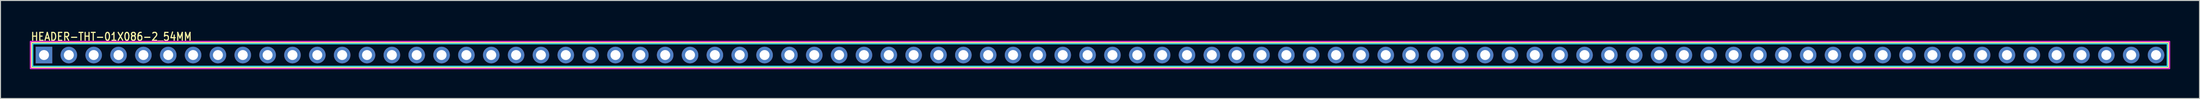
<source format=kicad_pcb>
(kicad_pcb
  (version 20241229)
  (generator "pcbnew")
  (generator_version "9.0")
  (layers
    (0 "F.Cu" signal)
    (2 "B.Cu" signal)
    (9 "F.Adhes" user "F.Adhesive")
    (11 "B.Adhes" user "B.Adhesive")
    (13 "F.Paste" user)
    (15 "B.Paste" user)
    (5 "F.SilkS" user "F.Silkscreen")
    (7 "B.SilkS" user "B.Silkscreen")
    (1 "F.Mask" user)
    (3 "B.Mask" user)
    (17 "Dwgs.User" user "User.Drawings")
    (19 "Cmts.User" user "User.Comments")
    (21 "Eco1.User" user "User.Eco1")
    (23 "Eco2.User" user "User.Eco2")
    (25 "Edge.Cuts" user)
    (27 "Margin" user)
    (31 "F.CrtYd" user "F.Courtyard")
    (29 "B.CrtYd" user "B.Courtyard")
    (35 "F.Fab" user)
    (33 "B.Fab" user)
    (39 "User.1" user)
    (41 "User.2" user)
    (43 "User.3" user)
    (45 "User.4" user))
  (footprint "HEADER-THT-01X086-2_54MM"
    (layer "F.Cu")
    (at 1.447 2.579)
    (property "Reference" "HEADER-THT-01X086-2_54MM" (at -1.4 -1.4 0) (unlocked yes) (layer "F.SilkS") (effects (font (size 0.813 0.695) (thickness 0.122)) (justify left bottom)))
    (fp_line (start -1.27 -1.27) (end -1.27 1.27) (stroke (width 0.127) (type solid)) (layer "F.SilkS"))
    (fp_line (start -1.27 1.27) (end 217.17 1.27) (stroke (width 0.127) (type solid)) (layer "F.SilkS"))
    (fp_line (start 217.17 -1.27) (end -1.27 -1.27) (stroke (width 0.127) (type solid)) (layer "F.SilkS"))
    (fp_line (start 217.17 1.27) (end 217.17 -1.27) (stroke (width 0.127) (type solid)) (layer "F.SilkS"))
    (fp_poly (pts (xy -1.143 -1.143) (xy 217.043 -1.143) (xy 217.043 1.143) (xy -1.143 1.143)) (stroke (width 0.1) (type solid)) (fill no) (layer "B.CrtYd"))
    (fp_poly (pts (xy -1.397 -1.397) (xy 217.297 -1.397) (xy 217.297 1.397) (xy -1.397 1.397)) (stroke (width 0.1) (type solid)) (fill no) (layer "F.CrtYd"))
    (pad "P$1" thru_hole rect (at 0 0) (size 1.693 1.693) (drill 1.016) (layers "*.Cu" "*.Mask"))
    (pad "P$2" thru_hole oval (at 2.54 0) (size 1.693 1.693) (drill 1.016) (layers "*.Cu" "*.Mask"))
    (pad "P$3" thru_hole oval (at 5.08 0) (size 1.693 1.693) (drill 1.016) (layers "*.Cu" "*.Mask"))
    (pad "P$4" thru_hole oval (at 7.62 0) (size 1.693 1.693) (drill 1.016) (layers "*.Cu" "*.Mask"))
    (pad "P$5" thru_hole oval (at 10.16 0) (size 1.693 1.693) (drill 1.016) (layers "*.Cu" "*.Mask"))
    (pad "P$6" thru_hole oval (at 12.7 0) (size 1.693 1.693) (drill 1.016) (layers "*.Cu" "*.Mask"))
    (pad "P$7" thru_hole oval (at 15.24 0) (size 1.693 1.693) (drill 1.016) (layers "*.Cu" "*.Mask"))
    (pad "P$8" thru_hole oval (at 17.78 0) (size 1.693 1.693) (drill 1.016) (layers "*.Cu" "*.Mask"))
    (pad "P$9" thru_hole oval (at 20.32 0) (size 1.693 1.693) (drill 1.016) (layers "*.Cu" "*.Mask"))
    (pad "P$10" thru_hole oval (at 22.86 0) (size 1.693 1.693) (drill 1.016) (layers "*.Cu" "*.Mask"))
    (pad "P$11" thru_hole oval (at 25.4 0) (size 1.693 1.693) (drill 1.016) (layers "*.Cu" "*.Mask"))
    (pad "P$12" thru_hole oval (at 27.94 0) (size 1.693 1.693) (drill 1.016) (layers "*.Cu" "*.Mask"))
    (pad "P$13" thru_hole oval (at 30.48 0) (size 1.693 1.693) (drill 1.016) (layers "*.Cu" "*.Mask"))
    (pad "P$14" thru_hole oval (at 33.02 0) (size 1.693 1.693) (drill 1.016) (layers "*.Cu" "*.Mask"))
    (pad "P$15" thru_hole oval (at 35.56 0) (size 1.693 1.693) (drill 1.016) (layers "*.Cu" "*.Mask"))
    (pad "P$16" thru_hole oval (at 38.1 0) (size 1.693 1.693) (drill 1.016) (layers "*.Cu" "*.Mask"))
    (pad "P$17" thru_hole oval (at 40.64 0) (size 1.693 1.693) (drill 1.016) (layers "*.Cu" "*.Mask"))
    (pad "P$18" thru_hole oval (at 43.18 0) (size 1.693 1.693) (drill 1.016) (layers "*.Cu" "*.Mask"))
    (pad "P$19" thru_hole oval (at 45.72 0) (size 1.693 1.693) (drill 1.016) (layers "*.Cu" "*.Mask"))
    (pad "P$20" thru_hole oval (at 48.26 0) (size 1.693 1.693) (drill 1.016) (layers "*.Cu" "*.Mask"))
    (pad "P$21" thru_hole oval (at 50.8 0) (size 1.693 1.693) (drill 1.016) (layers "*.Cu" "*.Mask"))
    (pad "P$22" thru_hole oval (at 53.34 0) (size 1.693 1.693) (drill 1.016) (layers "*.Cu" "*.Mask"))
    (pad "P$23" thru_hole oval (at 55.88 0) (size 1.693 1.693) (drill 1.016) (layers "*.Cu" "*.Mask"))
    (pad "P$24" thru_hole oval (at 58.42 0) (size 1.693 1.693) (drill 1.016) (layers "*.Cu" "*.Mask"))
    (pad "P$25" thru_hole oval (at 60.96 0) (size 1.693 1.693) (drill 1.016) (layers "*.Cu" "*.Mask"))
    (pad "P$26" thru_hole oval (at 63.5 0) (size 1.693 1.693) (drill 1.016) (layers "*.Cu" "*.Mask"))
    (pad "P$27" thru_hole oval (at 66.04 0) (size 1.693 1.693) (drill 1.016) (layers "*.Cu" "*.Mask"))
    (pad "P$28" thru_hole oval (at 68.58 0) (size 1.693 1.693) (drill 1.016) (layers "*.Cu" "*.Mask"))
    (pad "P$29" thru_hole oval (at 71.12 0) (size 1.693 1.693) (drill 1.016) (layers "*.Cu" "*.Mask"))
    (pad "P$30" thru_hole oval (at 73.66 0) (size 1.693 1.693) (drill 1.016) (layers "*.Cu" "*.Mask"))
    (pad "P$31" thru_hole oval (at 76.2 0) (size 1.693 1.693) (drill 1.016) (layers "*.Cu" "*.Mask"))
    (pad "P$32" thru_hole oval (at 78.74 0) (size 1.693 1.693) (drill 1.016) (layers "*.Cu" "*.Mask"))
    (pad "P$33" thru_hole oval (at 81.28 0) (size 1.693 1.693) (drill 1.016) (layers "*.Cu" "*.Mask"))
    (pad "P$34" thru_hole oval (at 83.82 0) (size 1.693 1.693) (drill 1.016) (layers "*.Cu" "*.Mask"))
    (pad "P$35" thru_hole oval (at 86.36 0) (size 1.693 1.693) (drill 1.016) (layers "*.Cu" "*.Mask"))
    (pad "P$36" thru_hole oval (at 88.9 0) (size 1.693 1.693) (drill 1.016) (layers "*.Cu" "*.Mask"))
    (pad "P$37" thru_hole oval (at 91.44 0) (size 1.693 1.693) (drill 1.016) (layers "*.Cu" "*.Mask"))
    (pad "P$38" thru_hole oval (at 93.98 0) (size 1.693 1.693) (drill 1.016) (layers "*.Cu" "*.Mask"))
    (pad "P$39" thru_hole oval (at 96.52 0) (size 1.693 1.693) (drill 1.016) (layers "*.Cu" "*.Mask"))
    (pad "P$40" thru_hole oval (at 99.06 0) (size 1.693 1.693) (drill 1.016) (layers "*.Cu" "*.Mask"))
    (pad "P$41" thru_hole oval (at 101.6 0) (size 1.693 1.693) (drill 1.016) (layers "*.Cu" "*.Mask"))
    (pad "P$42" thru_hole oval (at 104.14 0) (size 1.693 1.693) (drill 1.016) (layers "*.Cu" "*.Mask"))
    (pad "P$43" thru_hole oval (at 106.68 0) (size 1.693 1.693) (drill 1.016) (layers "*.Cu" "*.Mask"))
    (pad "P$44" thru_hole oval (at 109.22 0) (size 1.693 1.693) (drill 1.016) (layers "*.Cu" "*.Mask"))
    (pad "P$45" thru_hole oval (at 111.76 0) (size 1.693 1.693) (drill 1.016) (layers "*.Cu" "*.Mask"))
    (pad "P$46" thru_hole oval (at 114.3 0) (size 1.693 1.693) (drill 1.016) (layers "*.Cu" "*.Mask"))
    (pad "P$47" thru_hole oval (at 116.84 0) (size 1.693 1.693) (drill 1.016) (layers "*.Cu" "*.Mask"))
    (pad "P$48" thru_hole oval (at 119.38 0) (size 1.693 1.693) (drill 1.016) (layers "*.Cu" "*.Mask"))
    (pad "P$49" thru_hole oval (at 121.92 0) (size 1.693 1.693) (drill 1.016) (layers "*.Cu" "*.Mask"))
    (pad "P$50" thru_hole oval (at 124.46 0) (size 1.693 1.693) (drill 1.016) (layers "*.Cu" "*.Mask"))
    (pad "P$51" thru_hole oval (at 127 0) (size 1.693 1.693) (drill 1.016) (layers "*.Cu" "*.Mask"))
    (pad "P$52" thru_hole oval (at 129.54 0) (size 1.693 1.693) (drill 1.016) (layers "*.Cu" "*.Mask"))
    (pad "P$53" thru_hole oval (at 132.08 0) (size 1.693 1.693) (drill 1.016) (layers "*.Cu" "*.Mask"))
    (pad "P$54" thru_hole oval (at 134.62 0) (size 1.693 1.693) (drill 1.016) (layers "*.Cu" "*.Mask"))
    (pad "P$55" thru_hole oval (at 137.16 0) (size 1.693 1.693) (drill 1.016) (layers "*.Cu" "*.Mask"))
    (pad "P$56" thru_hole oval (at 139.7 0) (size 1.693 1.693) (drill 1.016) (layers "*.Cu" "*.Mask"))
    (pad "P$57" thru_hole oval (at 142.24 0) (size 1.693 1.693) (drill 1.016) (layers "*.Cu" "*.Mask"))
    (pad "P$58" thru_hole oval (at 144.78 0) (size 1.693 1.693) (drill 1.016) (layers "*.Cu" "*.Mask"))
    (pad "P$59" thru_hole oval (at 147.32 0) (size 1.693 1.693) (drill 1.016) (layers "*.Cu" "*.Mask"))
    (pad "P$60" thru_hole oval (at 149.86 0) (size 1.693 1.693) (drill 1.016) (layers "*.Cu" "*.Mask"))
    (pad "P$61" thru_hole oval (at 152.4 0) (size 1.693 1.693) (drill 1.016) (layers "*.Cu" "*.Mask"))
    (pad "P$62" thru_hole oval (at 154.94 0) (size 1.693 1.693) (drill 1.016) (layers "*.Cu" "*.Mask"))
    (pad "P$63" thru_hole oval (at 157.48 0) (size 1.693 1.693) (drill 1.016) (layers "*.Cu" "*.Mask"))
    (pad "P$64" thru_hole oval (at 160.02 0) (size 1.693 1.693) (drill 1.016) (layers "*.Cu" "*.Mask"))
    (pad "P$65" thru_hole oval (at 162.56 0) (size 1.693 1.693) (drill 1.016) (layers "*.Cu" "*.Mask"))
    (pad "P$66" thru_hole oval (at 165.1 0) (size 1.693 1.693) (drill 1.016) (layers "*.Cu" "*.Mask"))
    (pad "P$67" thru_hole oval (at 167.64 0) (size 1.693 1.693) (drill 1.016) (layers "*.Cu" "*.Mask"))
    (pad "P$68" thru_hole oval (at 170.18 0) (size 1.693 1.693) (drill 1.016) (layers "*.Cu" "*.Mask"))
    (pad "P$69" thru_hole oval (at 172.72 0) (size 1.693 1.693) (drill 1.016) (layers "*.Cu" "*.Mask"))
    (pad "P$70" thru_hole oval (at 175.26 0) (size 1.693 1.693) (drill 1.016) (layers "*.Cu" "*.Mask"))
    (pad "P$71" thru_hole oval (at 177.8 0) (size 1.693 1.693) (drill 1.016) (layers "*.Cu" "*.Mask"))
    (pad "P$72" thru_hole oval (at 180.34 0) (size 1.693 1.693) (drill 1.016) (layers "*.Cu" "*.Mask"))
    (pad "P$73" thru_hole oval (at 182.88 0) (size 1.693 1.693) (drill 1.016) (layers "*.Cu" "*.Mask"))
    (pad "P$74" thru_hole oval (at 185.42 0) (size 1.693 1.693) (drill 1.016) (layers "*.Cu" "*.Mask"))
    (pad "P$75" thru_hole oval (at 187.96 0) (size 1.693 1.693) (drill 1.016) (layers "*.Cu" "*.Mask"))
    (pad "P$76" thru_hole oval (at 190.5 0) (size 1.693 1.693) (drill 1.016) (layers "*.Cu" "*.Mask"))
    (pad "P$77" thru_hole oval (at 193.04 0) (size 1.693 1.693) (drill 1.016) (layers "*.Cu" "*.Mask"))
    (pad "P$78" thru_hole oval (at 195.58 0) (size 1.693 1.693) (drill 1.016) (layers "*.Cu" "*.Mask"))
    (pad "P$79" thru_hole oval (at 198.12 0) (size 1.693 1.693) (drill 1.016) (layers "*.Cu" "*.Mask"))
    (pad "P$80" thru_hole oval (at 200.66 0) (size 1.693 1.693) (drill 1.016) (layers "*.Cu" "*.Mask"))
    (pad "P$81" thru_hole oval (at 203.2 0) (size 1.693 1.693) (drill 1.016) (layers "*.Cu" "*.Mask"))
    (pad "P$82" thru_hole oval (at 205.74 0) (size 1.693 1.693) (drill 1.016) (layers "*.Cu" "*.Mask"))
    (pad "P$83" thru_hole oval (at 208.28 0) (size 1.693 1.693) (drill 1.016) (layers "*.Cu" "*.Mask"))
    (pad "P$84" thru_hole oval (at 210.82 0) (size 1.693 1.693) (drill 1.016) (layers "*.Cu" "*.Mask"))
    (pad "P$85" thru_hole oval (at 213.36 0) (size 1.693 1.693) (drill 1.016) (layers "*.Cu" "*.Mask"))
    (pad "P$86" thru_hole oval (at 215.9 0) (size 1.693 1.693) (drill 1.016) (layers "*.Cu" "*.Mask")))
  (gr_rect
    (start -3 -3)
    (end 221.794 7.026)
    (stroke (width 0.1) (type default))
    (fill no)
    (layer "Edge.Cuts")))
</source>
